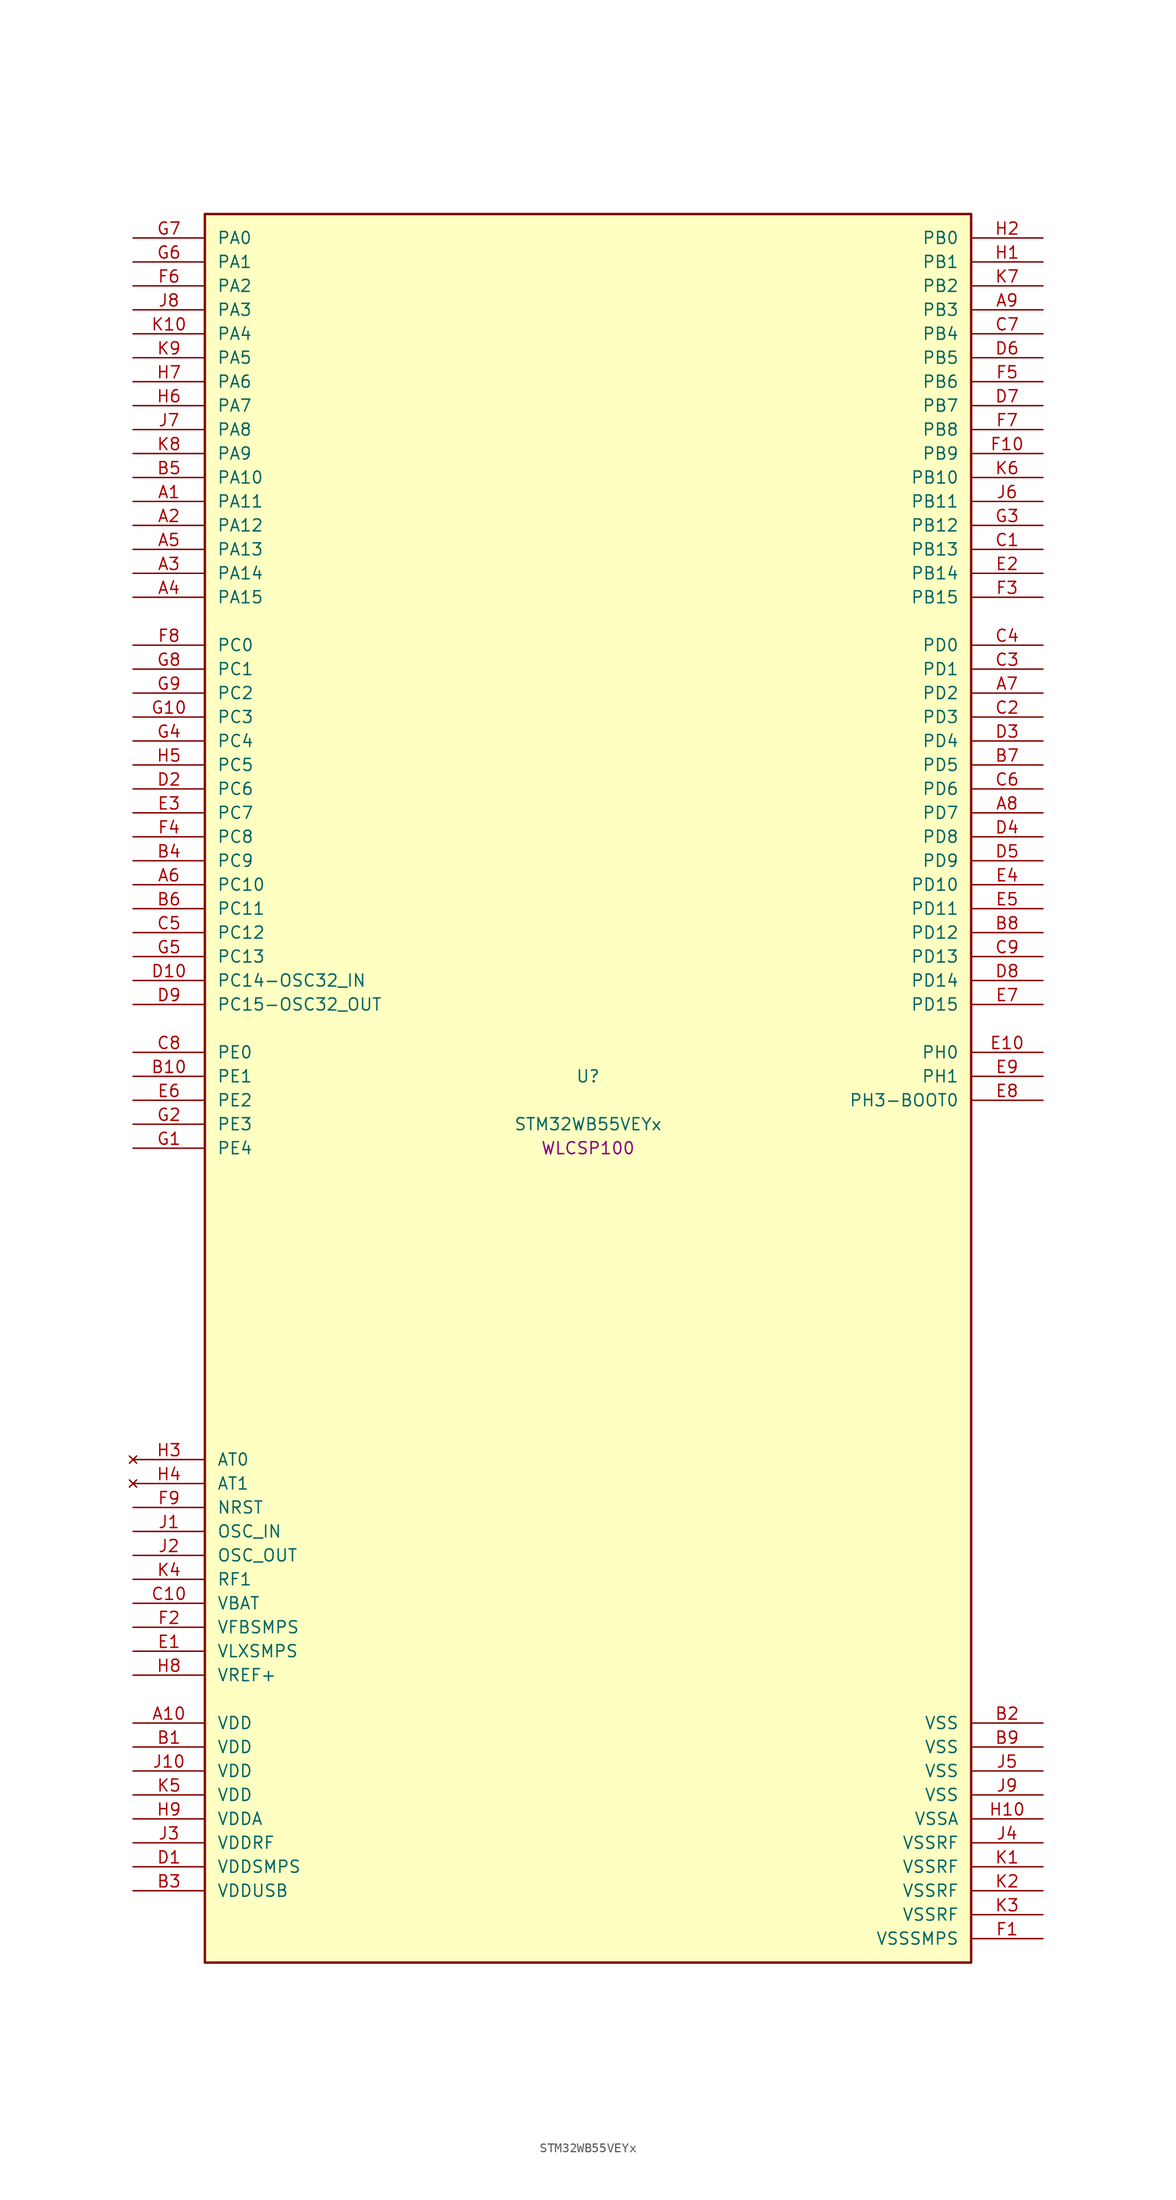
<source format=kicad_sym>
(kicad_symbol_lib
  (version 20241209)
  (generator "stm32_pkl_generator")
  (generator_version "1.0")
  (symbol "STM32WB55VEYx"
    (pin_names
      (offset 1.27))
    (property "Reference" "U"
      (at 0 2.54 0))
    (property "Value" "STM32WB55VEYx"
      (at 0 -2.54 0))
    (property "Footprint" "WLCSP100"
      (at 0 -5.08 0))
    (symbol "STM32WB55VEYx_1_1"
      (rectangle (start -40.64 93.98) (end 40.64 -91.44) (stroke (width 0.254) (type solid)) (fill (type background)))
      (pin bidirectional line (at -48.26 91.44 0) (length 7.62) (name "PA0") (number "G7") (alternate "PA0/ADC1_IN5" bidirectional line) (alternate "PA0/COMP1_INM" bidirectional line) (alternate "PA0/COMP1_OUT" bidirectional line) (alternate "PA0/RTC_TAMP2" bidirectional line) (alternate "PA0/SAI1_EXTCLK" bidirectional line) (alternate "PA0/SYS_WKUP1" bidirectional line) (alternate "PA0/TIM2_CH1" bidirectional line) (alternate "PA0/TIM2_ETR" bidirectional line))
      (pin bidirectional line (at -48.26 88.9 0) (length 7.62) (name "PA1") (number "G6") (alternate "PA1/ADC1_IN6" bidirectional line) (alternate "PA1/COMP1_INP" bidirectional line) (alternate "PA1/I2C1_SMBA" bidirectional line) (alternate "PA1/LCD_SEG0" bidirectional line) (alternate "PA1/SPI1_SCK" bidirectional line) (alternate "PA1/TIM2_CH2" bidirectional line))
      (pin bidirectional line (at -48.26 86.36 0) (length 7.62) (name "PA2") (number "F6") (alternate "PA2/ADC1_IN7" bidirectional line) (alternate "PA2/COMP2_INM" bidirectional line) (alternate "PA2/COMP2_OUT" bidirectional line) (alternate "PA2/LCD_SEG1" bidirectional line) (alternate "PA2/LPUART1_TX" bidirectional line) (alternate "PA2/QUADSPI_BK1_NCS" bidirectional line) (alternate "PA2/RCC_LSCO" bidirectional line) (alternate "PA2/SYS_WKUP4" bidirectional line) (alternate "PA2/TIM2_CH3" bidirectional line))
      (pin bidirectional line (at -48.26 83.82 0) (length 7.62) (name "PA3") (number "J8") (alternate "PA3/ADC1_IN8" bidirectional line) (alternate "PA3/COMP2_INP" bidirectional line) (alternate "PA3/LCD_SEG2" bidirectional line) (alternate "PA3/LPUART1_RX" bidirectional line) (alternate "PA3/QUADSPI_CLK" bidirectional line) (alternate "PA3/SAI1_CK1" bidirectional line) (alternate "PA3/SAI1_MCLK_A" bidirectional line) (alternate "PA3/TIM2_CH4" bidirectional line))
      (pin bidirectional line (at -48.26 81.28 0) (length 7.62) (name "PA4") (number "K10") (alternate "PA4/ADC1_IN9" bidirectional line) (alternate "PA4/COMP1_INM" bidirectional line) (alternate "PA4/COMP2_INM" bidirectional line) (alternate "PA4/LCD_SEG5" bidirectional line) (alternate "PA4/LPTIM2_OUT" bidirectional line) (alternate "PA4/SAI1_FS_B" bidirectional line) (alternate "PA4/SPI1_NSS" bidirectional line))
      (pin bidirectional line (at -48.26 78.74 0) (length 7.62) (name "PA5") (number "K9") (alternate "PA5/ADC1_IN10" bidirectional line) (alternate "PA5/COMP1_INM" bidirectional line) (alternate "PA5/COMP2_INM" bidirectional line) (alternate "PA5/LPTIM2_ETR" bidirectional line) (alternate "PA5/SAI1_SD_B" bidirectional line) (alternate "PA5/SPI1_SCK" bidirectional line) (alternate "PA5/TIM2_CH1" bidirectional line) (alternate "PA5/TIM2_ETR" bidirectional line))
      (pin bidirectional line (at -48.26 76.2 0) (length 7.62) (name "PA6") (number "H7") (alternate "PA6/ADC1_IN11" bidirectional line) (alternate "PA6/LCD_SEG3" bidirectional line) (alternate "PA6/LPUART1_CTS" bidirectional line) (alternate "PA6/QUADSPI_BK1_IO3" bidirectional line) (alternate "PA6/SPI1_MISO" bidirectional line) (alternate "PA6/TIM16_CH1" bidirectional line) (alternate "PA6/TIM1_BKIN" bidirectional line))
      (pin bidirectional line (at -48.26 73.66 0) (length 7.62) (name "PA7") (number "H6") (alternate "PA7/ADC1_IN12" bidirectional line) (alternate "PA7/COMP2_OUT" bidirectional line) (alternate "PA7/I2C3_SCL" bidirectional line) (alternate "PA7/LCD_SEG4" bidirectional line) (alternate "PA7/QUADSPI_BK1_IO2" bidirectional line) (alternate "PA7/SPI1_MOSI" bidirectional line) (alternate "PA7/TIM17_CH1" bidirectional line) (alternate "PA7/TIM1_CH1N" bidirectional line))
      (pin bidirectional line (at -48.26 71.12 0) (length 7.62) (name "PA8") (number "J7") (alternate "PA8/ADC1_IN15" bidirectional line) (alternate "PA8/LCD_COM0" bidirectional line) (alternate "PA8/LPTIM2_OUT" bidirectional line) (alternate "PA8/RCC_MCO" bidirectional line) (alternate "PA8/SAI1_CK2" bidirectional line) (alternate "PA8/SAI1_SCK_A" bidirectional line) (alternate "PA8/TIM1_CH1" bidirectional line) (alternate "PA8/USART1_CK" bidirectional line))
      (pin bidirectional line (at -48.26 68.58 0) (length 7.62) (name "PA9") (number "K8") (alternate "PA9/ADC1_IN16" bidirectional line) (alternate "PA9/COMP1_INM" bidirectional line) (alternate "PA9/I2C1_SCL" bidirectional line) (alternate "PA9/LCD_COM1" bidirectional line) (alternate "PA9/SAI1_D2" bidirectional line) (alternate "PA9/SAI1_FS_A" bidirectional line) (alternate "PA9/SPI2_SCK" bidirectional line) (alternate "PA9/TIM1_CH2" bidirectional line) (alternate "PA9/USART1_TX" bidirectional line))
      (pin bidirectional line (at -48.26 66.04 0) (length 7.62) (name "PA10") (number "B5") (alternate "PA10/CRS_SYNC" bidirectional line) (alternate "PA10/I2C1_SDA" bidirectional line) (alternate "PA10/LCD_COM2" bidirectional line) (alternate "PA10/SAI1_D1" bidirectional line) (alternate "PA10/SAI1_SD_A" bidirectional line) (alternate "PA10/TIM17_BKIN" bidirectional line) (alternate "PA10/TIM1_CH3" bidirectional line) (alternate "PA10/USART1_RX" bidirectional line))
      (pin bidirectional line (at -48.26 63.5 0) (length 7.62) (name "PA11") (number "A1") (alternate "PA11/ADC1_EXTI11" bidirectional line) (alternate "PA11/SPI1_MISO" bidirectional line) (alternate "PA11/TIM1_BKIN2" bidirectional line) (alternate "PA11/TIM1_CH4" bidirectional line) (alternate "PA11/USART1_CTS" bidirectional line) (alternate "PA11/USART1_NSS" bidirectional line) (alternate "PA11/USB_DM" bidirectional line))
      (pin bidirectional line (at -48.26 60.96 0) (length 7.62) (name "PA12") (number "A2") (alternate "PA12/LPUART1_RX" bidirectional line) (alternate "PA12/SPI1_MOSI" bidirectional line) (alternate "PA12/TIM1_ETR" bidirectional line) (alternate "PA12/USART1_DE" bidirectional line) (alternate "PA12/USART1_RTS" bidirectional line) (alternate "PA12/USB_DP" bidirectional line))
      (pin bidirectional line (at -48.26 58.42 0) (length 7.62) (name "PA13") (number "A5") (alternate "PA13/IR_OUT" bidirectional line) (alternate "PA13/SAI1_SD_B" bidirectional line) (alternate "PA13/SYS_JTMS-SWDIO" bidirectional line) (alternate "PA13/USB_NOE" bidirectional line))
      (pin bidirectional line (at -48.26 55.88 0) (length 7.62) (name "PA14") (number "A3") (alternate "PA14/I2C1_SMBA" bidirectional line) (alternate "PA14/LCD_SEG5" bidirectional line) (alternate "PA14/LPTIM1_OUT" bidirectional line) (alternate "PA14/SAI1_FS_B" bidirectional line) (alternate "PA14/SYS_JTCK-SWCLK" bidirectional line))
      (pin bidirectional line (at -48.26 53.34 0) (length 7.62) (name "PA15") (number "A4") (alternate "PA15/ADC1_EXTI15" bidirectional line) (alternate "PA15/LCD_SEG17" bidirectional line) (alternate "PA15/RCC_MCO" bidirectional line) (alternate "PA15/SPI1_NSS" bidirectional line) (alternate "PA15/SYS_JTDI" bidirectional line) (alternate "PA15/TIM2_CH1" bidirectional line) (alternate "PA15/TIM2_ETR" bidirectional line) (alternate "PA15/TSC_G3_IO1" bidirectional line))
      (pin bidirectional line (at 48.26 91.44 180) (length 7.62) (name "PB0") (number "H2") (alternate "PB0/COMP1_OUT" bidirectional line) (alternate "PB0/RF_TX_MOD_EXT_PA" bidirectional line))
      (pin bidirectional line (at 48.26 88.9 180) (length 7.62) (name "PB1") (number "H1") (alternate "PB1/LPTIM2_IN1" bidirectional line) (alternate "PB1/LPUART1_DE" bidirectional line) (alternate "PB1/LPUART1_RTS" bidirectional line))
      (pin bidirectional line (at 48.26 86.36 180) (length 7.62) (name "PB2") (number "K7") (alternate "PB2/COMP1_INP" bidirectional line) (alternate "PB2/I2C3_SMBA" bidirectional line) (alternate "PB2/LCD_VLCD" bidirectional line) (alternate "PB2/LPTIM1_OUT" bidirectional line) (alternate "PB2/RTC_OUT2" bidirectional line) (alternate "PB2/SAI1_EXTCLK" bidirectional line) (alternate "PB2/SPI1_NSS" bidirectional line))
      (pin bidirectional line (at 48.26 83.82 180) (length 7.62) (name "PB3") (number "A9") (alternate "PB3/COMP2_INM" bidirectional line) (alternate "PB3/LCD_SEG7" bidirectional line) (alternate "PB3/SAI1_SCK_B" bidirectional line) (alternate "PB3/SPI1_SCK" bidirectional line) (alternate "PB3/SYS_JTDO-SWO" bidirectional line) (alternate "PB3/TIM2_CH2" bidirectional line) (alternate "PB3/USART1_DE" bidirectional line) (alternate "PB3/USART1_RTS" bidirectional line))
      (pin bidirectional line (at 48.26 81.28 180) (length 7.62) (name "PB4") (number "C7") (alternate "PB4/COMP2_INP" bidirectional line) (alternate "PB4/I2C3_SDA" bidirectional line) (alternate "PB4/LCD_SEG8" bidirectional line) (alternate "PB4/SAI1_MCLK_B" bidirectional line) (alternate "PB4/SPI1_MISO" bidirectional line) (alternate "PB4/SYS_JTRST" bidirectional line) (alternate "PB4/TIM17_BKIN" bidirectional line) (alternate "PB4/TSC_G2_IO1" bidirectional line) (alternate "PB4/USART1_CTS" bidirectional line) (alternate "PB4/USART1_NSS" bidirectional line))
      (pin bidirectional line (at 48.26 78.74 180) (length 7.62) (name "PB5") (number "D6") (alternate "PB5/COMP2_OUT" bidirectional line) (alternate "PB5/I2C1_SMBA" bidirectional line) (alternate "PB5/LCD_SEG9" bidirectional line) (alternate "PB5/LPTIM1_IN1" bidirectional line) (alternate "PB5/LPUART1_TX" bidirectional line) (alternate "PB5/SAI1_SD_B" bidirectional line) (alternate "PB5/SPI1_MOSI" bidirectional line) (alternate "PB5/TIM16_BKIN" bidirectional line) (alternate "PB5/TSC_G2_IO2" bidirectional line) (alternate "PB5/USART1_CK" bidirectional line))
      (pin bidirectional line (at 48.26 76.2 180) (length 7.62) (name "PB6") (number "F5") (alternate "PB6/COMP2_INP" bidirectional line) (alternate "PB6/I2C1_SCL" bidirectional line) (alternate "PB6/LCD_SEG6" bidirectional line) (alternate "PB6/LPTIM1_ETR" bidirectional line) (alternate "PB6/RCC_MCO" bidirectional line) (alternate "PB6/SAI1_FS_B" bidirectional line) (alternate "PB6/TIM16_CH1N" bidirectional line) (alternate "PB6/TSC_G2_IO3" bidirectional line) (alternate "PB6/USART1_TX" bidirectional line))
      (pin bidirectional line (at 48.26 73.66 180) (length 7.62) (name "PB7") (number "D7") (alternate "PB7/COMP2_INM" bidirectional line) (alternate "PB7/I2C1_SDA" bidirectional line) (alternate "PB7/LCD_SEG21" bidirectional line) (alternate "PB7/LPTIM1_IN2" bidirectional line) (alternate "PB7/SYS_PVD_IN" bidirectional line) (alternate "PB7/TIM17_CH1N" bidirectional line) (alternate "PB7/TIM1_BKIN" bidirectional line) (alternate "PB7/TSC_G2_IO4" bidirectional line) (alternate "PB7/USART1_RX" bidirectional line))
      (pin bidirectional line (at 48.26 71.12 180) (length 7.62) (name "PB8") (number "F7") (alternate "PB8/I2C1_SCL" bidirectional line) (alternate "PB8/LCD_SEG16" bidirectional line) (alternate "PB8/QUADSPI_BK1_IO1" bidirectional line) (alternate "PB8/SAI1_CK1" bidirectional line) (alternate "PB8/SAI1_MCLK_A" bidirectional line) (alternate "PB8/TIM16_CH1" bidirectional line) (alternate "PB8/TIM1_CH2N" bidirectional line))
      (pin bidirectional line (at 48.26 68.58 180) (length 7.62) (name "PB9") (number "F10") (alternate "PB9/I2C1_SDA" bidirectional line) (alternate "PB9/IR_OUT" bidirectional line) (alternate "PB9/LCD_COM3" bidirectional line) (alternate "PB9/QUADSPI_BK1_IO0" bidirectional line) (alternate "PB9/SAI1_D2" bidirectional line) (alternate "PB9/SAI1_FS_A" bidirectional line) (alternate "PB9/SPI2_NSS" bidirectional line) (alternate "PB9/TIM17_CH1" bidirectional line) (alternate "PB9/TIM1_CH3N" bidirectional line) (alternate "PB9/TSC_G7_IO4" bidirectional line))
      (pin bidirectional line (at 48.26 66.04 180) (length 7.62) (name "PB10") (number "K6") (alternate "PB10/COMP1_OUT" bidirectional line) (alternate "PB10/I2C3_SCL" bidirectional line) (alternate "PB10/LCD_SEG10" bidirectional line) (alternate "PB10/LPUART1_RX" bidirectional line) (alternate "PB10/QUADSPI_CLK" bidirectional line) (alternate "PB10/SAI1_SCK_A" bidirectional line) (alternate "PB10/SPI2_SCK" bidirectional line) (alternate "PB10/TIM2_CH3" bidirectional line) (alternate "PB10/TSC_SYNC" bidirectional line))
      (pin bidirectional line (at 48.26 63.5 180) (length 7.62) (name "PB11") (number "J6") (alternate "PB11/ADC1_EXTI11" bidirectional line) (alternate "PB11/COMP2_OUT" bidirectional line) (alternate "PB11/I2C3_SDA" bidirectional line) (alternate "PB11/LCD_SEG11" bidirectional line) (alternate "PB11/LPUART1_TX" bidirectional line) (alternate "PB11/QUADSPI_BK1_NCS" bidirectional line) (alternate "PB11/TIM2_CH4" bidirectional line))
      (pin bidirectional line (at 48.26 60.96 180) (length 7.62) (name "PB12") (number "G3") (alternate "PB12/I2C3_SMBA" bidirectional line) (alternate "PB12/LCD_SEG12" bidirectional line) (alternate "PB12/LPUART1_DE" bidirectional line) (alternate "PB12/LPUART1_RTS" bidirectional line) (alternate "PB12/SAI1_FS_A" bidirectional line) (alternate "PB12/SPI2_NSS" bidirectional line) (alternate "PB12/TIM1_BKIN" bidirectional line) (alternate "PB12/TSC_G1_IO1" bidirectional line))
      (pin bidirectional line (at 48.26 58.42 180) (length 7.62) (name "PB13") (number "C1") (alternate "PB13/I2C3_SCL" bidirectional line) (alternate "PB13/LCD_SEG13" bidirectional line) (alternate "PB13/LPUART1_CTS" bidirectional line) (alternate "PB13/SAI1_SCK_A" bidirectional line) (alternate "PB13/SPI2_SCK" bidirectional line) (alternate "PB13/TIM1_CH1N" bidirectional line) (alternate "PB13/TSC_G1_IO2" bidirectional line))
      (pin bidirectional line (at 48.26 55.88 180) (length 7.62) (name "PB14") (number "E2") (alternate "PB14/I2C3_SDA" bidirectional line) (alternate "PB14/LCD_SEG14" bidirectional line) (alternate "PB14/SAI1_MCLK_A" bidirectional line) (alternate "PB14/SPI2_MISO" bidirectional line) (alternate "PB14/TIM1_CH2N" bidirectional line) (alternate "PB14/TSC_G1_IO3" bidirectional line))
      (pin bidirectional line (at 48.26 53.34 180) (length 7.62) (name "PB15") (number "F3") (alternate "PB15/ADC1_EXTI15" bidirectional line) (alternate "PB15/LCD_SEG15" bidirectional line) (alternate "PB15/RTC_REFIN" bidirectional line) (alternate "PB15/SAI1_SD_A" bidirectional line) (alternate "PB15/SPI2_MOSI" bidirectional line) (alternate "PB15/TIM1_CH3N" bidirectional line) (alternate "PB15/TSC_G1_IO4" bidirectional line))
      (pin bidirectional line (at -48.26 48.26 0) (length 7.62) (name "PC0") (number "F8") (alternate "PC0/ADC1_IN1" bidirectional line) (alternate "PC0/I2C3_SCL" bidirectional line) (alternate "PC0/LCD_SEG18" bidirectional line) (alternate "PC0/LPTIM1_IN1" bidirectional line) (alternate "PC0/LPTIM2_IN1" bidirectional line) (alternate "PC0/LPUART1_RX" bidirectional line))
      (pin bidirectional line (at -48.26 45.72 0) (length 7.62) (name "PC1") (number "G8") (alternate "PC1/ADC1_IN2" bidirectional line) (alternate "PC1/I2C3_SDA" bidirectional line) (alternate "PC1/LCD_SEG19" bidirectional line) (alternate "PC1/LPTIM1_OUT" bidirectional line) (alternate "PC1/LPUART1_TX" bidirectional line) (alternate "PC1/SPI2_MOSI" bidirectional line))
      (pin bidirectional line (at -48.26 43.18 0) (length 7.62) (name "PC2") (number "G9") (alternate "PC2/ADC1_IN3" bidirectional line) (alternate "PC2/LCD_SEG20" bidirectional line) (alternate "PC2/LPTIM1_IN2" bidirectional line) (alternate "PC2/SPI2_MISO" bidirectional line))
      (pin bidirectional line (at -48.26 40.64 0) (length 7.62) (name "PC3") (number "G10") (alternate "PC3/ADC1_IN4" bidirectional line) (alternate "PC3/LCD_VLCD" bidirectional line) (alternate "PC3/LPTIM1_ETR" bidirectional line) (alternate "PC3/LPTIM2_ETR" bidirectional line) (alternate "PC3/SAI1_D1" bidirectional line) (alternate "PC3/SAI1_SD_A" bidirectional line) (alternate "PC3/SPI2_MOSI" bidirectional line))
      (pin bidirectional line (at -48.26 38.1 0) (length 7.62) (name "PC4") (number "G4") (alternate "PC4/ADC1_IN13" bidirectional line) (alternate "PC4/COMP1_INM" bidirectional line) (alternate "PC4/LCD_SEG22" bidirectional line))
      (pin bidirectional line (at -48.26 35.56 0) (length 7.62) (name "PC5") (number "H5") (alternate "PC5/ADC1_IN14" bidirectional line) (alternate "PC5/COMP1_INP" bidirectional line) (alternate "PC5/LCD_SEG23" bidirectional line) (alternate "PC5/SAI1_D3" bidirectional line) (alternate "PC5/SYS_WKUP5" bidirectional line))
      (pin bidirectional line (at -48.26 33.02 0) (length 7.62) (name "PC6") (number "D2") (alternate "PC6/LCD_SEG24" bidirectional line) (alternate "PC6/TSC_G4_IO1" bidirectional line))
      (pin bidirectional line (at -48.26 30.48 0) (length 7.62) (name "PC7") (number "E3") (alternate "PC7/LCD_SEG25" bidirectional line) (alternate "PC7/TSC_G4_IO2" bidirectional line))
      (pin bidirectional line (at -48.26 27.94 0) (length 7.62) (name "PC8") (number "F4") (alternate "PC8/LCD_SEG26" bidirectional line) (alternate "PC8/TSC_G4_IO3" bidirectional line))
      (pin bidirectional line (at -48.26 25.4 0) (length 7.62) (name "PC9") (number "B4") (alternate "PC9/LCD_SEG27" bidirectional line) (alternate "PC9/SAI1_SCK_B" bidirectional line) (alternate "PC9/TIM1_BKIN" bidirectional line) (alternate "PC9/TSC_G4_IO4" bidirectional line) (alternate "PC9/USB_NOE" bidirectional line))
      (pin bidirectional line (at -48.26 22.86 0) (length 7.62) (name "PC10") (number "A6") (alternate "PC10/LCD_COM4" bidirectional line) (alternate "PC10/LCD_SEG28" bidirectional line) (alternate "PC10/LCD_SEG40" bidirectional line) (alternate "PC10/SYS_TRACED1" bidirectional line) (alternate "PC10/TSC_G3_IO2" bidirectional line))
      (pin bidirectional line (at -48.26 20.32 0) (length 7.62) (name "PC11") (number "B6") (alternate "PC11/ADC1_EXTI11" bidirectional line) (alternate "PC11/LCD_COM5" bidirectional line) (alternate "PC11/LCD_SEG29" bidirectional line) (alternate "PC11/LCD_SEG41" bidirectional line) (alternate "PC11/TSC_G3_IO3" bidirectional line))
      (pin bidirectional line (at -48.26 17.78 0) (length 7.62) (name "PC12") (number "C5") (alternate "PC12/LCD_COM6" bidirectional line) (alternate "PC12/LCD_SEG30" bidirectional line) (alternate "PC12/LCD_SEG42" bidirectional line) (alternate "PC12/RCC_LSCO" bidirectional line) (alternate "PC12/RTC_TAMP3" bidirectional line) (alternate "PC12/SYS_TRACED3" bidirectional line) (alternate "PC12/SYS_WKUP3" bidirectional line) (alternate "PC12/TSC_G3_IO4" bidirectional line))
      (pin bidirectional line (at -48.26 15.24 0) (length 7.62) (name "PC13") (number "G5") (alternate "PC13/RTC_OUT1" bidirectional line) (alternate "PC13/RTC_TAMP1" bidirectional line) (alternate "PC13/RTC_TS" bidirectional line) (alternate "PC13/SYS_WKUP2" bidirectional line))
      (pin bidirectional line (at -48.26 12.7 0) (length 7.62) (name "PC14-OSC32_IN") (number "D10") (alternate "PC14-OSC32_IN/RCC_OSC32_IN" bidirectional line))
      (pin bidirectional line (at -48.26 10.16 0) (length 7.62) (name "PC15-OSC32_OUT") (number "D9") (alternate "PC15-OSC32_OUT/ADC1_EXTI15" bidirectional line) (alternate "PC15-OSC32_OUT/RCC_OSC32_OUT" bidirectional line))
      (pin bidirectional line (at 48.26 48.26 180) (length 7.62) (name "PD0") (number "C4") (alternate "PD0/SPI2_NSS" bidirectional line))
      (pin bidirectional line (at 48.26 45.72 180) (length 7.62) (name "PD1") (number "C3") (alternate "PD1/SPI2_SCK" bidirectional line))
      (pin bidirectional line (at 48.26 43.18 180) (length 7.62) (name "PD2") (number "A7") (alternate "PD2/LCD_COM7" bidirectional line) (alternate "PD2/LCD_SEG31" bidirectional line) (alternate "PD2/LCD_SEG43" bidirectional line) (alternate "PD2/SYS_TRACED2" bidirectional line) (alternate "PD2/TSC_SYNC" bidirectional line))
      (pin bidirectional line (at 48.26 40.64 180) (length 7.62) (name "PD3") (number "C2") (alternate "PD3/QUADSPI_BK1_NCS" bidirectional line) (alternate "PD3/SPI2_MISO" bidirectional line) (alternate "PD3/SPI2_SCK" bidirectional line))
      (pin bidirectional line (at 48.26 38.1 180) (length 7.62) (name "PD4") (number "D3") (alternate "PD4/QUADSPI_BK1_IO0" bidirectional line) (alternate "PD4/SPI2_MOSI" bidirectional line) (alternate "PD4/TSC_G5_IO1" bidirectional line))
      (pin bidirectional line (at 48.26 35.56 180) (length 7.62) (name "PD5") (number "B7") (alternate "PD5/QUADSPI_BK1_IO1" bidirectional line) (alternate "PD5/SAI1_MCLK_B" bidirectional line) (alternate "PD5/TSC_G5_IO2" bidirectional line))
      (pin bidirectional line (at 48.26 33.02 180) (length 7.62) (name "PD6") (number "C6") (alternate "PD6/QUADSPI_BK1_IO2" bidirectional line) (alternate "PD6/SAI1_D1" bidirectional line) (alternate "PD6/SAI1_SD_A" bidirectional line) (alternate "PD6/TSC_G5_IO3" bidirectional line))
      (pin bidirectional line (at 48.26 30.48 180) (length 7.62) (name "PD7") (number "A8") (alternate "PD7/LCD_SEG39" bidirectional line) (alternate "PD7/QUADSPI_BK1_IO3" bidirectional line) (alternate "PD7/TSC_G5_IO4" bidirectional line))
      (pin bidirectional line (at 48.26 27.94 180) (length 7.62) (name "PD8") (number "D4") (alternate "PD8/LCD_SEG28" bidirectional line) (alternate "PD8/TIM1_BKIN2" bidirectional line))
      (pin bidirectional line (at 48.26 25.4 180) (length 7.62) (name "PD9") (number "D5") (alternate "PD9/LCD_SEG29" bidirectional line) (alternate "PD9/SYS_TRACED0" bidirectional line))
      (pin bidirectional line (at 48.26 22.86 180) (length 7.62) (name "PD10") (number "E4") (alternate "PD10/LCD_SEG30" bidirectional line) (alternate "PD10/SYS_TRIG_INOUT" bidirectional line) (alternate "PD10/TSC_G6_IO1" bidirectional line))
      (pin bidirectional line (at 48.26 20.32 180) (length 7.62) (name "PD11") (number "E5") (alternate "PD11/ADC1_EXTI11" bidirectional line) (alternate "PD11/LCD_SEG31" bidirectional line) (alternate "PD11/LPTIM2_ETR" bidirectional line) (alternate "PD11/TSC_G6_IO2" bidirectional line))
      (pin bidirectional line (at 48.26 17.78 180) (length 7.62) (name "PD12") (number "B8") (alternate "PD12/LCD_SEG32" bidirectional line) (alternate "PD12/LPTIM2_IN1" bidirectional line) (alternate "PD12/TSC_G6_IO3" bidirectional line))
      (pin bidirectional line (at 48.26 15.24 180) (length 7.62) (name "PD13") (number "C9") (alternate "PD13/LCD_SEG33" bidirectional line) (alternate "PD13/LPTIM2_OUT" bidirectional line) (alternate "PD13/TSC_G6_IO4" bidirectional line))
      (pin bidirectional line (at 48.26 12.7 180) (length 7.62) (name "PD14") (number "D8") (alternate "PD14/LCD_SEG34" bidirectional line) (alternate "PD14/TIM1_CH1" bidirectional line))
      (pin bidirectional line (at 48.26 10.16 180) (length 7.62) (name "PD15") (number "E7") (alternate "PD15/ADC1_EXTI15" bidirectional line) (alternate "PD15/LCD_SEG35" bidirectional line) (alternate "PD15/TIM1_CH2" bidirectional line))
      (pin bidirectional line (at -48.26 5.08 0) (length 7.62) (name "PE0") (number "C8") (alternate "PE0/LCD_SEG36" bidirectional line) (alternate "PE0/TIM16_CH1" bidirectional line) (alternate "PE0/TIM1_ETR" bidirectional line) (alternate "PE0/TSC_G7_IO3" bidirectional line))
      (pin bidirectional line (at -48.26 2.54 0) (length 7.62) (name "PE1") (number "B10") (alternate "PE1/LCD_SEG37" bidirectional line) (alternate "PE1/TIM17_CH1" bidirectional line) (alternate "PE1/TSC_G7_IO2" bidirectional line))
      (pin bidirectional line (at -48.26 0 0) (length 7.62) (name "PE2") (number "E6") (alternate "PE2/LCD_SEG38" bidirectional line) (alternate "PE2/SAI1_CK1" bidirectional line) (alternate "PE2/SAI1_MCLK_A" bidirectional line) (alternate "PE2/SYS_TRACECLK" bidirectional line) (alternate "PE2/TSC_G7_IO1" bidirectional line))
      (pin bidirectional line (at -48.26 -2.54 0) (length 7.62) (name "PE3") (number "G2"))
      (pin bidirectional line (at -48.26 -5.08 0) (length 7.62) (name "PE4") (number "G1"))
      (pin bidirectional line (at 48.26 5.08 180) (length 7.62) (name "PH0") (number "E10"))
      (pin bidirectional line (at 48.26 2.54 180) (length 7.62) (name "PH1") (number "E9"))
      (pin bidirectional line (at 48.26 0 180) (length 7.62) (name "PH3-BOOT0") (number "E8") (alternate "PH3-BOOT0/RCC_LSCO" bidirectional line))
      (pin no_connect line (at -48.26 -38.1 0) (length 7.62) (name "AT0") (number "H3"))
      (pin no_connect line (at -48.26 -40.64 0) (length 7.62) (name "AT1") (number "H4"))
      (pin input line (at -48.26 -43.18 0) (length 7.62) (name "NRST") (number "F9"))
      (pin bidirectional line (at -48.26 -45.72 0) (length 7.62) (name "OSC_IN") (number "J1") (alternate "OSC_IN/RCC_OSC_IN" bidirectional line))
      (pin bidirectional line (at -48.26 -48.26 0) (length 7.62) (name "OSC_OUT") (number "J2") (alternate "OSC_OUT/RCC_OSC_OUT" bidirectional line))
      (pin bidirectional line (at -48.26 -50.8 0) (length 7.62) (name "RF1") (number "K4") (alternate "RF1/RF_RF1" bidirectional line))
      (pin power_in line (at -48.26 -53.34 0) (length 7.62) (name "VBAT") (number "C10"))
      (pin power_in line (at -48.26 -55.88 0) (length 7.62) (name "VFBSMPS") (number "F2"))
      (pin power_in line (at -48.26 -58.42 0) (length 7.62) (name "VLXSMPS") (number "E1"))
      (pin bidirectional line (at -48.26 -60.96 0) (length 7.62) (name "VREF+") (number "H8") (alternate "VREF+/VREFBUF_OUT" bidirectional line))
      (pin power_in line (at -48.26 -66.04 0) (length 7.62) (name "VDD") (number "A10"))
      (pin power_in line (at -48.26 -68.58 0) (length 7.62) (name "VDD") (number "B1"))
      (pin power_in line (at -48.26 -71.12 0) (length 7.62) (name "VDD") (number "J10"))
      (pin power_in line (at -48.26 -73.66 0) (length 7.62) (name "VDD") (number "K5"))
      (pin power_in line (at -48.26 -76.2 0) (length 7.62) (name "VDDA") (number "H9"))
      (pin power_in line (at -48.26 -78.74 0) (length 7.62) (name "VDDRF") (number "J3"))
      (pin power_in line (at -48.26 -81.28 0) (length 7.62) (name "VDDSMPS") (number "D1"))
      (pin power_in line (at -48.26 -83.82 0) (length 7.62) (name "VDDUSB") (number "B3"))
      (pin power_in line (at 48.26 -66.04 180) (length 7.62) (name "VSS") (number "B2"))
      (pin power_in line (at 48.26 -68.58 180) (length 7.62) (name "VSS") (number "B9"))
      (pin power_in line (at 48.26 -71.12 180) (length 7.62) (name "VSS") (number "J5"))
      (pin power_in line (at 48.26 -73.66 180) (length 7.62) (name "VSS") (number "J9"))
      (pin power_in line (at 48.26 -76.2 180) (length 7.62) (name "VSSA") (number "H10"))
      (pin power_in line (at 48.26 -78.74 180) (length 7.62) (name "VSSRF") (number "J4"))
      (pin power_in line (at 48.26 -81.28 180) (length 7.62) (name "VSSRF") (number "K1"))
      (pin power_in line (at 48.26 -83.82 180) (length 7.62) (name "VSSRF") (number "K2"))
      (pin power_in line (at 48.26 -86.36 180) (length 7.62) (name "VSSRF") (number "K3"))
      (pin power_in line (at 48.26 -88.9 180) (length 7.62) (name "VSSSMPS") (number "F1")))))
</source>
